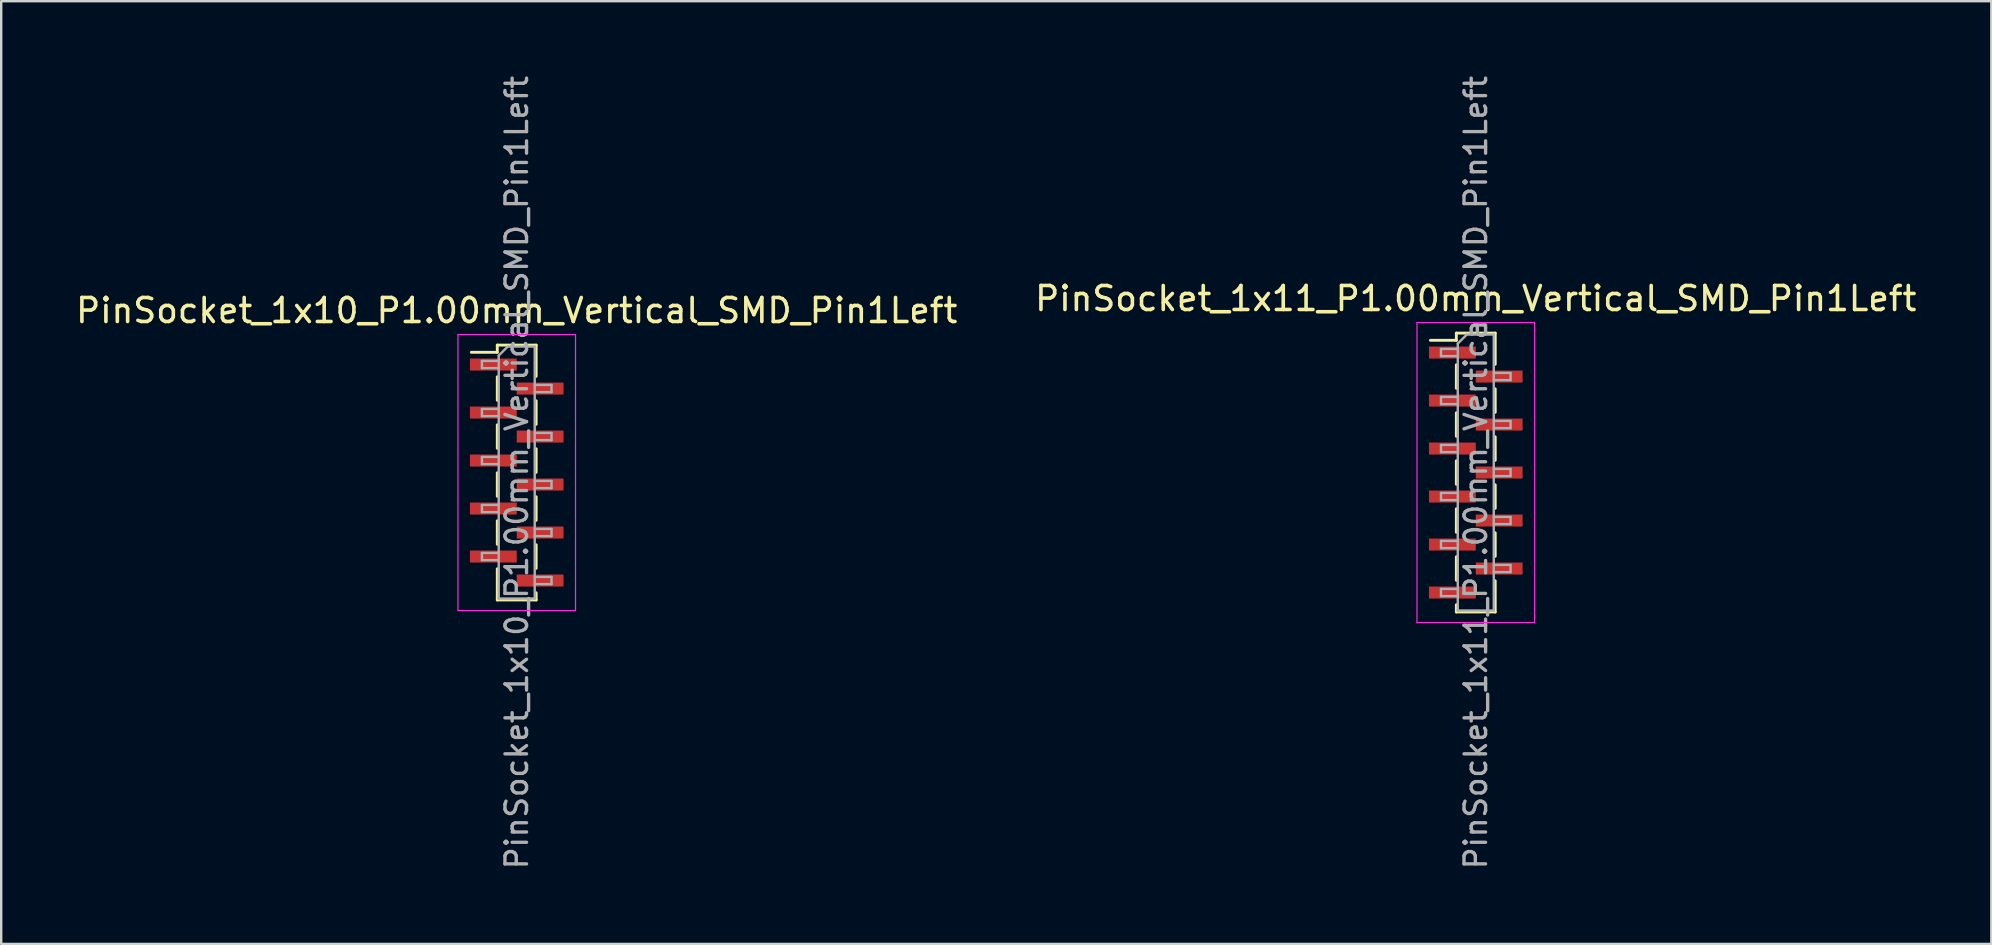
<source format=kicad_pcb>
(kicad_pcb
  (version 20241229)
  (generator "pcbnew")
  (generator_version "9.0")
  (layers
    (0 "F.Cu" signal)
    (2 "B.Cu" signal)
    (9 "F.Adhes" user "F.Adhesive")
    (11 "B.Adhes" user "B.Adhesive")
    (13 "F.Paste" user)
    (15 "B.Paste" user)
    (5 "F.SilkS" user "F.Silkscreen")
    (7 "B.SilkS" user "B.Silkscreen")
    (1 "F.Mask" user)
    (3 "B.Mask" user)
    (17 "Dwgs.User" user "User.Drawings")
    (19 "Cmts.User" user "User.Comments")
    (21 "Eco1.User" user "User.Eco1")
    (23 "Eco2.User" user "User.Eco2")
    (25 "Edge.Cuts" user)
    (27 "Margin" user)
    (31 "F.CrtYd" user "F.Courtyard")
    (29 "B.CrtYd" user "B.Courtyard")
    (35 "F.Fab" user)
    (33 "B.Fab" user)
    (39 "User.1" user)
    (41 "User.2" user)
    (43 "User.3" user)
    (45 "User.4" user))
  (footprint "PinSocket_1x10_P1.00mm_Vertical_SMD_Pin1Left"
    (layer "F.Cu")
    (at 18.482 16.641)
    (property "Reference" "PinSocket_1x10_P1.00mm_Vertical_SMD_Pin1Left" (at 0 -6.75 0) (layer "F.SilkS") (effects (font (size 1 1) (thickness 0.15))))
    (attr smd)
    (fp_line (start -1.89 -5.01) (end -0.81 -5.01) (stroke (width 0.12) (type solid)) (layer "F.SilkS"))
    (fp_line (start -0.81 -5.31) (end -0.81 -5.01) (stroke (width 0.12) (type solid)) (layer "F.SilkS"))
    (fp_line (start -0.81 -5.31) (end 0.81 -5.31) (stroke (width 0.12) (type solid)) (layer "F.SilkS"))
    (fp_line (start -0.81 -3.99) (end -0.81 -3.01) (stroke (width 0.12) (type solid)) (layer "F.SilkS"))
    (fp_line (start -0.81 -1.99) (end -0.81 -1.01) (stroke (width 0.12) (type solid)) (layer "F.SilkS"))
    (fp_line (start -0.81 0.01) (end -0.81 0.99) (stroke (width 0.12) (type solid)) (layer "F.SilkS"))
    (fp_line (start -0.81 2.01) (end -0.81 2.99) (stroke (width 0.12) (type solid)) (layer "F.SilkS"))
    (fp_line (start -0.81 4.01) (end -0.81 5.31) (stroke (width 0.12) (type solid)) (layer "F.SilkS"))
    (fp_line (start -0.81 5.31) (end 0.81 5.31) (stroke (width 0.12) (type solid)) (layer "F.SilkS"))
    (fp_line (start 0.81 -5.31) (end 0.81 -4.01) (stroke (width 0.12) (type solid)) (layer "F.SilkS"))
    (fp_line (start 0.81 -2.99) (end 0.81 -2.01) (stroke (width 0.12) (type solid)) (layer "F.SilkS"))
    (fp_line (start 0.81 -0.99) (end 0.81 -0.01) (stroke (width 0.12) (type solid)) (layer "F.SilkS"))
    (fp_line (start 0.81 1.01) (end 0.81 1.99) (stroke (width 0.12) (type solid)) (layer "F.SilkS"))
    (fp_line (start 0.81 3.01) (end 0.81 3.99) (stroke (width 0.12) (type solid)) (layer "F.SilkS"))
    (fp_line (start 0.81 5.01) (end 0.81 5.31) (stroke (width 0.12) (type solid)) (layer "F.SilkS"))
    (fp_line (start -2.45 -5.75) (end 2.45 -5.75) (stroke (width 0.05) (type solid)) (layer "F.CrtYd"))
    (fp_line (start -2.45 5.75) (end -2.45 -5.75) (stroke (width 0.05) (type solid)) (layer "F.CrtYd"))
    (fp_line (start 2.45 -5.75) (end 2.45 5.75) (stroke (width 0.05) (type solid)) (layer "F.CrtYd"))
    (fp_line (start 2.45 5.75) (end -2.45 5.75) (stroke (width 0.05) (type solid)) (layer "F.CrtYd"))
    (fp_line (start -1.45 -4.65) (end -0.75 -4.65) (stroke (width 0.1) (type solid)) (layer "F.Fab"))
    (fp_line (start -1.45 -4.35) (end -1.45 -4.65) (stroke (width 0.1) (type solid)) (layer "F.Fab"))
    (fp_line (start -1.45 -2.65) (end -0.75 -2.65) (stroke (width 0.1) (type solid)) (layer "F.Fab"))
    (fp_line (start -1.45 -2.35) (end -1.45 -2.65) (stroke (width 0.1) (type solid)) (layer "F.Fab"))
    (fp_line (start -1.45 -0.65) (end -0.75 -0.65) (stroke (width 0.1) (type solid)) (layer "F.Fab"))
    (fp_line (start -1.45 -0.35) (end -1.45 -0.65) (stroke (width 0.1) (type solid)) (layer "F.Fab"))
    (fp_line (start -1.45 1.35) (end -0.75 1.35) (stroke (width 0.1) (type solid)) (layer "F.Fab"))
    (fp_line (start -1.45 1.65) (end -1.45 1.35) (stroke (width 0.1) (type solid)) (layer "F.Fab"))
    (fp_line (start -1.45 3.35) (end -0.75 3.35) (stroke (width 0.1) (type solid)) (layer "F.Fab"))
    (fp_line (start -1.45 3.65) (end -1.45 3.35) (stroke (width 0.1) (type solid)) (layer "F.Fab"))
    (fp_line (start -0.75 -4.875) (end -0.375 -5.25) (stroke (width 0.1) (type solid)) (layer "F.Fab"))
    (fp_line (start -0.75 -4.35) (end -1.45 -4.35) (stroke (width 0.1) (type solid)) (layer "F.Fab"))
    (fp_line (start -0.75 -2.35) (end -1.45 -2.35) (stroke (width 0.1) (type solid)) (layer "F.Fab"))
    (fp_line (start -0.75 -0.35) (end -1.45 -0.35) (stroke (width 0.1) (type solid)) (layer "F.Fab"))
    (fp_line (start -0.75 1.65) (end -1.45 1.65) (stroke (width 0.1) (type solid)) (layer "F.Fab"))
    (fp_line (start -0.75 3.65) (end -1.45 3.65) (stroke (width 0.1) (type solid)) (layer "F.Fab"))
    (fp_line (start -0.75 5.25) (end -0.75 -4.875) (stroke (width 0.1) (type solid)) (layer "F.Fab"))
    (fp_line (start -0.375 -5.25) (end 0.75 -5.25) (stroke (width 0.1) (type solid)) (layer "F.Fab"))
    (fp_line (start 0.75 -5.25) (end 0.75 5.25) (stroke (width 0.1) (type solid)) (layer "F.Fab"))
    (fp_line (start 0.75 -3.65) (end 1.45 -3.65) (stroke (width 0.1) (type solid)) (layer "F.Fab"))
    (fp_line (start 0.75 -1.65) (end 1.45 -1.65) (stroke (width 0.1) (type solid)) (layer "F.Fab"))
    (fp_line (start 0.75 0.35) (end 1.45 0.35) (stroke (width 0.1) (type solid)) (layer "F.Fab"))
    (fp_line (start 0.75 2.35) (end 1.45 2.35) (stroke (width 0.1) (type solid)) (layer "F.Fab"))
    (fp_line (start 0.75 4.35) (end 1.45 4.35) (stroke (width 0.1) (type solid)) (layer "F.Fab"))
    (fp_line (start 0.75 5.25) (end -0.75 5.25) (stroke (width 0.1) (type solid)) (layer "F.Fab"))
    (fp_line (start 1.45 -3.65) (end 1.45 -3.35) (stroke (width 0.1) (type solid)) (layer "F.Fab"))
    (fp_line (start 1.45 -3.35) (end 0.75 -3.35) (stroke (width 0.1) (type solid)) (layer "F.Fab"))
    (fp_line (start 1.45 -1.65) (end 1.45 -1.35) (stroke (width 0.1) (type solid)) (layer "F.Fab"))
    (fp_line (start 1.45 -1.35) (end 0.75 -1.35) (stroke (width 0.1) (type solid)) (layer "F.Fab"))
    (fp_line (start 1.45 0.35) (end 1.45 0.65) (stroke (width 0.1) (type solid)) (layer "F.Fab"))
    (fp_line (start 1.45 0.65) (end 0.75 0.65) (stroke (width 0.1) (type solid)) (layer "F.Fab"))
    (fp_line (start 1.45 2.35) (end 1.45 2.65) (stroke (width 0.1) (type solid)) (layer "F.Fab"))
    (fp_line (start 1.45 2.65) (end 0.75 2.65) (stroke (width 0.1) (type solid)) (layer "F.Fab"))
    (fp_line (start 1.45 4.35) (end 1.45 4.65) (stroke (width 0.1) (type solid)) (layer "F.Fab"))
    (fp_line (start 1.45 4.65) (end 0.75 4.65) (stroke (width 0.1) (type solid)) (layer "F.Fab"))
    (fp_text user "${REFERENCE}" (at 0 0 90) (layer "F.Fab") (effects (font (size 0.9 0.9) (thickness 0.14))))
    (pad "1" smd rect (at -0.975 -4.5) (size 1.95 0.5) (layers "F.Cu" "F.Mask" "F.Paste"))
    (pad "2" smd rect (at 0.975 -3.5) (size 1.95 0.5) (layers "F.Cu" "F.Mask" "F.Paste"))
    (pad "3" smd rect (at -0.975 -2.5) (size 1.95 0.5) (layers "F.Cu" "F.Mask" "F.Paste"))
    (pad "4" smd rect (at 0.975 -1.5) (size 1.95 0.5) (layers "F.Cu" "F.Mask" "F.Paste"))
    (pad "5" smd rect (at -0.975 -0.5) (size 1.95 0.5) (layers "F.Cu" "F.Mask" "F.Paste"))
    (pad "6" smd rect (at 0.975 0.5) (size 1.95 0.5) (layers "F.Cu" "F.Mask" "F.Paste"))
    (pad "7" smd rect (at -0.975 1.5) (size 1.95 0.5) (layers "F.Cu" "F.Mask" "F.Paste"))
    (pad "8" smd rect (at 0.975 2.5) (size 1.95 0.5) (layers "F.Cu" "F.Mask" "F.Paste"))
    (pad "9" smd rect (at -0.975 3.5) (size 1.95 0.5) (layers "F.Cu" "F.Mask" "F.Paste"))
    (pad "10" smd rect (at 0.975 4.5) (size 1.95 0.5) (layers "F.Cu" "F.Mask" "F.Paste")))
  (footprint "PinSocket_1x11_P1.00mm_Vertical_SMD_Pin1Left"
    (layer "F.Cu")
    (at 58.446 16.641)
    (property "Reference" "PinSocket_1x11_P1.00mm_Vertical_SMD_Pin1Left" (at 0 -7.25 0) (layer "F.SilkS") (effects (font (size 1 1) (thickness 0.15))))
    (attr smd)
    (fp_line (start -1.89 -5.51) (end -0.81 -5.51) (stroke (width 0.12) (type solid)) (layer "F.SilkS"))
    (fp_line (start -0.81 -5.81) (end -0.81 -5.51) (stroke (width 0.12) (type solid)) (layer "F.SilkS"))
    (fp_line (start -0.81 -5.81) (end 0.81 -5.81) (stroke (width 0.12) (type solid)) (layer "F.SilkS"))
    (fp_line (start -0.81 -4.49) (end -0.81 -3.51) (stroke (width 0.12) (type solid)) (layer "F.SilkS"))
    (fp_line (start -0.81 -2.49) (end -0.81 -1.51) (stroke (width 0.12) (type solid)) (layer "F.SilkS"))
    (fp_line (start -0.81 -0.49) (end -0.81 0.49) (stroke (width 0.12) (type solid)) (layer "F.SilkS"))
    (fp_line (start -0.81 1.51) (end -0.81 2.49) (stroke (width 0.12) (type solid)) (layer "F.SilkS"))
    (fp_line (start -0.81 3.51) (end -0.81 4.49) (stroke (width 0.12) (type solid)) (layer "F.SilkS"))
    (fp_line (start -0.81 5.51) (end -0.81 5.81) (stroke (width 0.12) (type solid)) (layer "F.SilkS"))
    (fp_line (start -0.81 5.81) (end 0.81 5.81) (stroke (width 0.12) (type solid)) (layer "F.SilkS"))
    (fp_line (start 0.81 -5.81) (end 0.81 -4.51) (stroke (width 0.12) (type solid)) (layer "F.SilkS"))
    (fp_line (start 0.81 -3.49) (end 0.81 -2.51) (stroke (width 0.12) (type solid)) (layer "F.SilkS"))
    (fp_line (start 0.81 -1.49) (end 0.81 -0.51) (stroke (width 0.12) (type solid)) (layer "F.SilkS"))
    (fp_line (start 0.81 0.51) (end 0.81 1.49) (stroke (width 0.12) (type solid)) (layer "F.SilkS"))
    (fp_line (start 0.81 2.51) (end 0.81 3.49) (stroke (width 0.12) (type solid)) (layer "F.SilkS"))
    (fp_line (start 0.81 4.51) (end 0.81 5.81) (stroke (width 0.12) (type solid)) (layer "F.SilkS"))
    (fp_line (start -2.45 -6.25) (end 2.45 -6.25) (stroke (width 0.05) (type solid)) (layer "F.CrtYd"))
    (fp_line (start -2.45 6.25) (end -2.45 -6.25) (stroke (width 0.05) (type solid)) (layer "F.CrtYd"))
    (fp_line (start 2.45 -6.25) (end 2.45 6.25) (stroke (width 0.05) (type solid)) (layer "F.CrtYd"))
    (fp_line (start 2.45 6.25) (end -2.45 6.25) (stroke (width 0.05) (type solid)) (layer "F.CrtYd"))
    (fp_line (start -1.45 -5.15) (end -0.75 -5.15) (stroke (width 0.1) (type solid)) (layer "F.Fab"))
    (fp_line (start -1.45 -4.85) (end -1.45 -5.15) (stroke (width 0.1) (type solid)) (layer "F.Fab"))
    (fp_line (start -1.45 -3.15) (end -0.75 -3.15) (stroke (width 0.1) (type solid)) (layer "F.Fab"))
    (fp_line (start -1.45 -2.85) (end -1.45 -3.15) (stroke (width 0.1) (type solid)) (layer "F.Fab"))
    (fp_line (start -1.45 -1.15) (end -0.75 -1.15) (stroke (width 0.1) (type solid)) (layer "F.Fab"))
    (fp_line (start -1.45 -0.85) (end -1.45 -1.15) (stroke (width 0.1) (type solid)) (layer "F.Fab"))
    (fp_line (start -1.45 0.85) (end -0.75 0.85) (stroke (width 0.1) (type solid)) (layer "F.Fab"))
    (fp_line (start -1.45 1.15) (end -1.45 0.85) (stroke (width 0.1) (type solid)) (layer "F.Fab"))
    (fp_line (start -1.45 2.85) (end -0.75 2.85) (stroke (width 0.1) (type solid)) (layer "F.Fab"))
    (fp_line (start -1.45 3.15) (end -1.45 2.85) (stroke (width 0.1) (type solid)) (layer "F.Fab"))
    (fp_line (start -1.45 4.85) (end -0.75 4.85) (stroke (width 0.1) (type solid)) (layer "F.Fab"))
    (fp_line (start -1.45 5.15) (end -1.45 4.85) (stroke (width 0.1) (type solid)) (layer "F.Fab"))
    (fp_line (start -0.75 -5.375) (end -0.375 -5.75) (stroke (width 0.1) (type solid)) (layer "F.Fab"))
    (fp_line (start -0.75 -4.85) (end -1.45 -4.85) (stroke (width 0.1) (type solid)) (layer "F.Fab"))
    (fp_line (start -0.75 -2.85) (end -1.45 -2.85) (stroke (width 0.1) (type solid)) (layer "F.Fab"))
    (fp_line (start -0.75 -0.85) (end -1.45 -0.85) (stroke (width 0.1) (type solid)) (layer "F.Fab"))
    (fp_line (start -0.75 1.15) (end -1.45 1.15) (stroke (width 0.1) (type solid)) (layer "F.Fab"))
    (fp_line (start -0.75 3.15) (end -1.45 3.15) (stroke (width 0.1) (type solid)) (layer "F.Fab"))
    (fp_line (start -0.75 5.15) (end -1.45 5.15) (stroke (width 0.1) (type solid)) (layer "F.Fab"))
    (fp_line (start -0.75 5.75) (end -0.75 -5.375) (stroke (width 0.1) (type solid)) (layer "F.Fab"))
    (fp_line (start -0.375 -5.75) (end 0.75 -5.75) (stroke (width 0.1) (type solid)) (layer "F.Fab"))
    (fp_line (start 0.75 -5.75) (end 0.75 5.75) (stroke (width 0.1) (type solid)) (layer "F.Fab"))
    (fp_line (start 0.75 -4.15) (end 1.45 -4.15) (stroke (width 0.1) (type solid)) (layer "F.Fab"))
    (fp_line (start 0.75 -2.15) (end 1.45 -2.15) (stroke (width 0.1) (type solid)) (layer "F.Fab"))
    (fp_line (start 0.75 -0.15) (end 1.45 -0.15) (stroke (width 0.1) (type solid)) (layer "F.Fab"))
    (fp_line (start 0.75 1.85) (end 1.45 1.85) (stroke (width 0.1) (type solid)) (layer "F.Fab"))
    (fp_line (start 0.75 3.85) (end 1.45 3.85) (stroke (width 0.1) (type solid)) (layer "F.Fab"))
    (fp_line (start 0.75 5.75) (end -0.75 5.75) (stroke (width 0.1) (type solid)) (layer "F.Fab"))
    (fp_line (start 1.45 -4.15) (end 1.45 -3.85) (stroke (width 0.1) (type solid)) (layer "F.Fab"))
    (fp_line (start 1.45 -3.85) (end 0.75 -3.85) (stroke (width 0.1) (type solid)) (layer "F.Fab"))
    (fp_line (start 1.45 -2.15) (end 1.45 -1.85) (stroke (width 0.1) (type solid)) (layer "F.Fab"))
    (fp_line (start 1.45 -1.85) (end 0.75 -1.85) (stroke (width 0.1) (type solid)) (layer "F.Fab"))
    (fp_line (start 1.45 -0.15) (end 1.45 0.15) (stroke (width 0.1) (type solid)) (layer "F.Fab"))
    (fp_line (start 1.45 0.15) (end 0.75 0.15) (stroke (width 0.1) (type solid)) (layer "F.Fab"))
    (fp_line (start 1.45 1.85) (end 1.45 2.15) (stroke (width 0.1) (type solid)) (layer "F.Fab"))
    (fp_line (start 1.45 2.15) (end 0.75 2.15) (stroke (width 0.1) (type solid)) (layer "F.Fab"))
    (fp_line (start 1.45 3.85) (end 1.45 4.15) (stroke (width 0.1) (type solid)) (layer "F.Fab"))
    (fp_line (start 1.45 4.15) (end 0.75 4.15) (stroke (width 0.1) (type solid)) (layer "F.Fab"))
    (fp_text user "${REFERENCE}" (at 0 0 90) (layer "F.Fab") (effects (font (size 0.9 0.9) (thickness 0.14))))
    (pad "1" smd rect (at -0.975 -5) (size 1.95 0.5) (layers "F.Cu" "F.Mask" "F.Paste"))
    (pad "2" smd rect (at 0.975 -4) (size 1.95 0.5) (layers "F.Cu" "F.Mask" "F.Paste"))
    (pad "3" smd rect (at -0.975 -3) (size 1.95 0.5) (layers "F.Cu" "F.Mask" "F.Paste"))
    (pad "4" smd rect (at 0.975 -2) (size 1.95 0.5) (layers "F.Cu" "F.Mask" "F.Paste"))
    (pad "5" smd rect (at -0.975 -1) (size 1.95 0.5) (layers "F.Cu" "F.Mask" "F.Paste"))
    (pad "6" smd rect (at 0.975 0) (size 1.95 0.5) (layers "F.Cu" "F.Mask" "F.Paste"))
    (pad "7" smd rect (at -0.975 1) (size 1.95 0.5) (layers "F.Cu" "F.Mask" "F.Paste"))
    (pad "8" smd rect (at 0.975 2) (size 1.95 0.5) (layers "F.Cu" "F.Mask" "F.Paste"))
    (pad "9" smd rect (at -0.975 3) (size 1.95 0.5) (layers "F.Cu" "F.Mask" "F.Paste"))
    (pad "10" smd rect (at 0.975 4) (size 1.95 0.5) (layers "F.Cu" "F.Mask" "F.Paste"))
    (pad "11" smd rect (at -0.975 5) (size 1.95 0.5) (layers "F.Cu" "F.Mask" "F.Paste")))
  (gr_rect
    (start -3 -3)
    (end 79.929 36.283)
    (stroke (width 0.1) (type default))
    (fill no)
    (layer "Edge.Cuts")))
</source>
